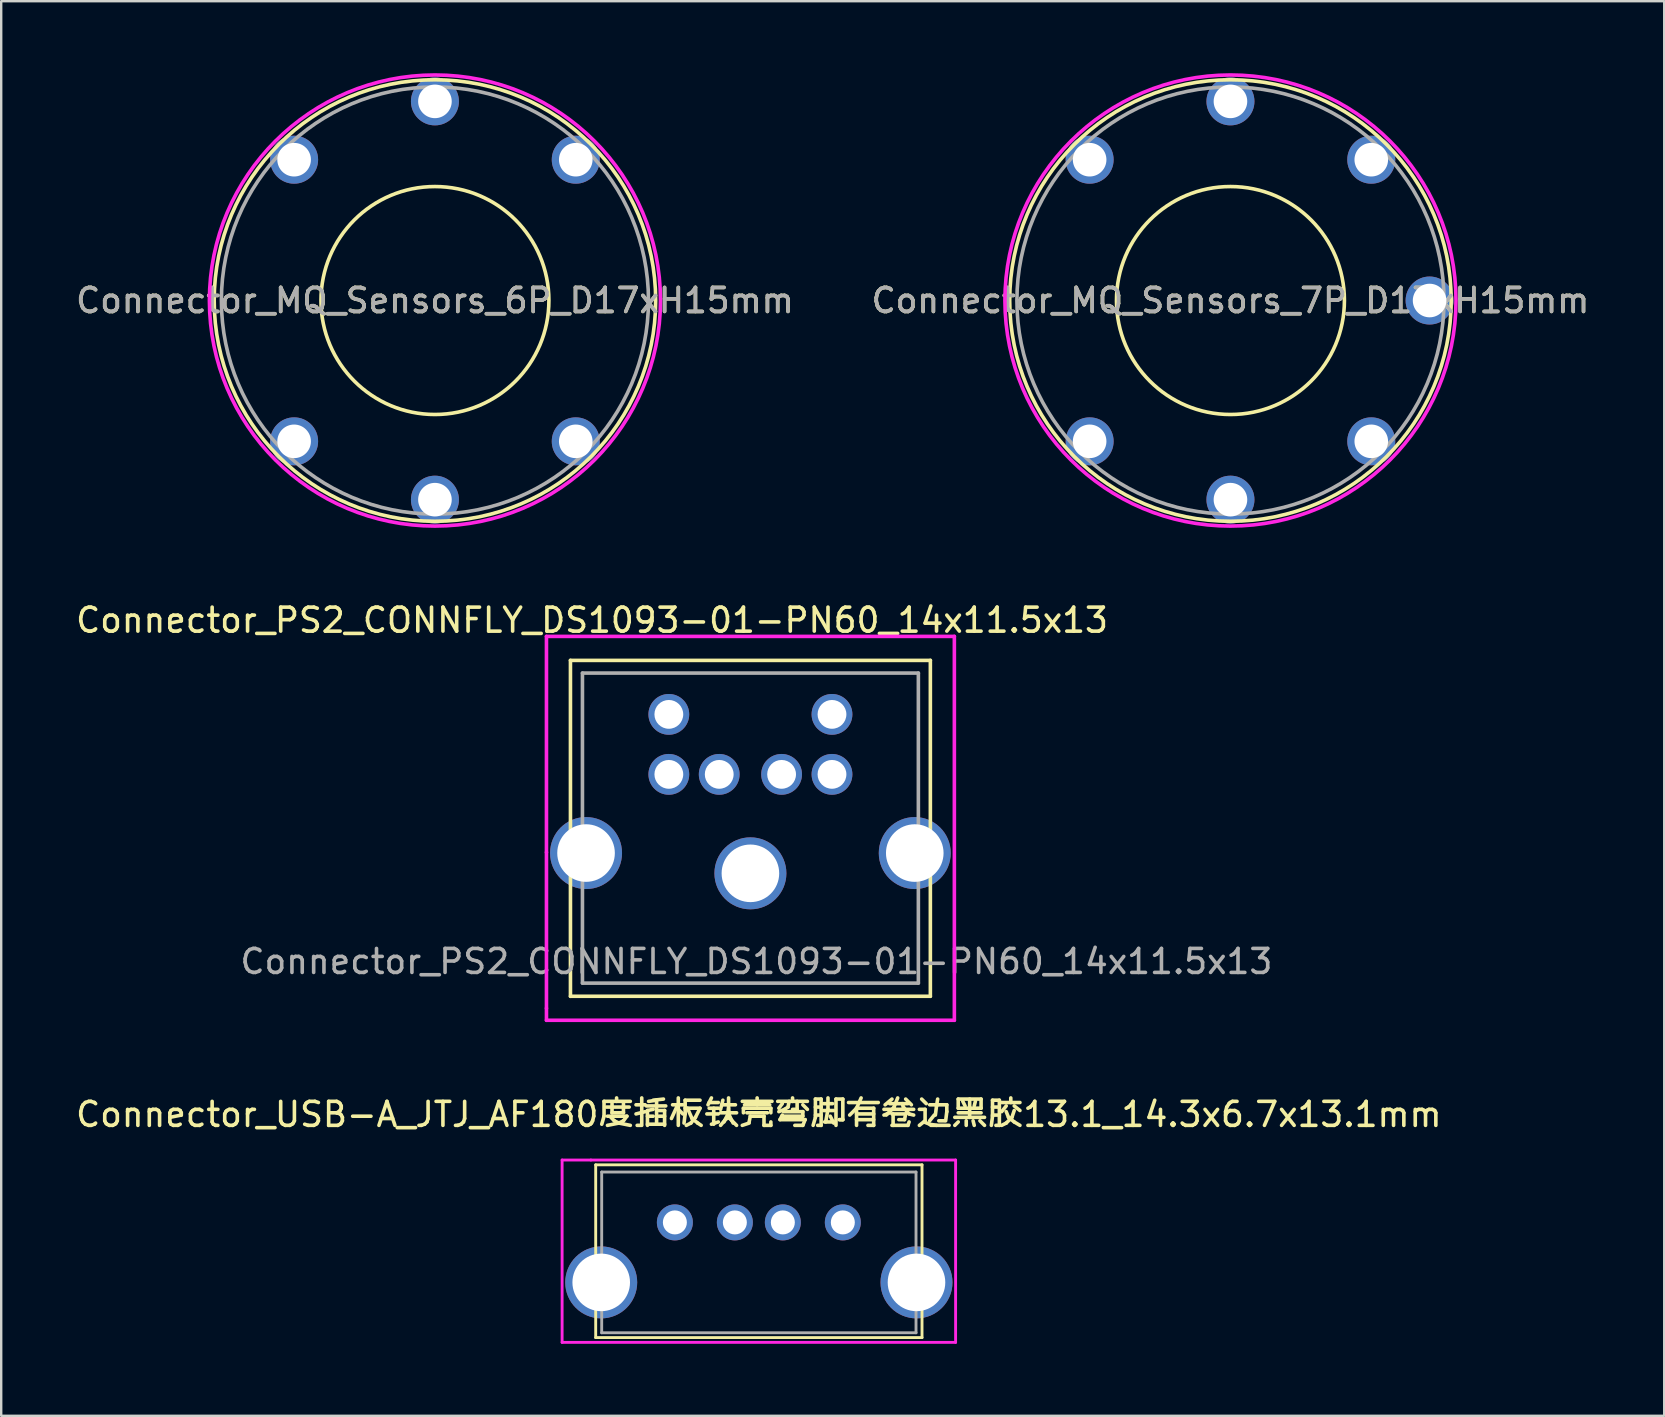
<source format=kicad_pcb>
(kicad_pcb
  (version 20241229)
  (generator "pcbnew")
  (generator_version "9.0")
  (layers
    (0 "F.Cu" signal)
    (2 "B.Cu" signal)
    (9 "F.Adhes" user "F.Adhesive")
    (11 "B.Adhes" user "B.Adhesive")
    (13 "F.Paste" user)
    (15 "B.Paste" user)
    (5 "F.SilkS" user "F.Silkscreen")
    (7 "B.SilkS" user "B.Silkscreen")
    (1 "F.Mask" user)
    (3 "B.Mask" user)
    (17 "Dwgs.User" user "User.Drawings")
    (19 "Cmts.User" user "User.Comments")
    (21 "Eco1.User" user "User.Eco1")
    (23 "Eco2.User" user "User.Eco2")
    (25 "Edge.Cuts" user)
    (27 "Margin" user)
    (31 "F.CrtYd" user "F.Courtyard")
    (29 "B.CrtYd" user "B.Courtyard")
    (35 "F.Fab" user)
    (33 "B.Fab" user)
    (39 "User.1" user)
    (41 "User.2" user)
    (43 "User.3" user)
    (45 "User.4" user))
  (footprint "Connector_MQ_Sensors_6P_D17xH15mm"
    (layer "F.Cu")
    (at 15.077 9.475)
    (property "Reference" "Connector_MQ_Sensors_6P_D17xH15mm" (at 0 0 0) (layer "F.SilkS") (effects (font (size 1 1) (thickness 0.15))))
    (attr through_hole)
    (fp_circle (center 0 0) (end 4.75 0) (stroke (width 0.15) (type solid)) (fill no) (layer "F.SilkS"))
    (fp_circle (center 0 0) (end 9.2 0) (stroke (width 0.15) (type solid)) (fill no) (layer "F.SilkS"))
    (fp_circle (center 0 0) (end 9.4 0) (stroke (width 0.15) (type solid)) (fill no) (layer "F.CrtYd"))
    (fp_circle (center 0 0) (end 8.9 0) (stroke (width 0.15) (type solid)) (fill no) (layer "F.Fab"))
    (fp_text user "${REFERENCE}" (at 0 0 0) (layer "F.Fab") (effects (font (size 1 1) (thickness 0.15))))
    (pad "1" thru_hole circle (at -5.869 -5.869 90) (size 2 2) (drill 1.4) (layers "*.Cu" "*.Mask"))
    (pad "2" thru_hole circle (at 0 -8.3 90) (size 2 2) (drill 1.4) (layers "*.Cu" "*.Mask"))
    (pad "3" thru_hole circle (at 5.869 -5.869 90) (size 2 2) (drill 1.4) (layers "*.Cu" "*.Mask"))
    (pad "4" thru_hole circle (at 5.869 5.869) (size 2 2) (drill 1.4) (layers "*.Cu" "*.Mask"))
    (pad "5" thru_hole circle (at 0 8.3) (size 2 2) (drill 1.4) (layers "*.Cu" "*.Mask"))
    (pad "6" thru_hole circle (at -5.869 5.869 90) (size 2 2) (drill 1.4) (layers "*.Cu" "*.Mask")))
  (footprint "Connector_MQ_Sensors_7P_D17xH15mm"
    (layer "F.Cu")
    (at 48.232 9.475)
    (property "Reference" "Connector_MQ_Sensors_7P_D17xH15mm" (at 0 0 0) (layer "F.SilkS") (effects (font (size 1 1) (thickness 0.15))))
    (attr through_hole)
    (fp_circle (center 0 0) (end 4.75 0) (stroke (width 0.15) (type solid)) (fill no) (layer "F.SilkS"))
    (fp_circle (center 0 0) (end 9.2 0) (stroke (width 0.15) (type solid)) (fill no) (layer "F.SilkS"))
    (fp_circle (center 0 0) (end 9.4 0) (stroke (width 0.15) (type solid)) (fill no) (layer "F.CrtYd"))
    (fp_circle (center 0 0) (end 8.9 0) (stroke (width 0.15) (type solid)) (fill no) (layer "F.Fab"))
    (fp_text user "${REFERENCE}" (at 0 0 0) (layer "F.Fab") (effects (font (size 1 1) (thickness 0.15))))
    (pad "1" thru_hole circle (at -5.869 -5.869 90) (size 2 2) (drill 1.4) (layers "*.Cu" "*.Mask"))
    (pad "2" thru_hole circle (at 0 -8.3 90) (size 2 2) (drill 1.4) (layers "*.Cu" "*.Mask"))
    (pad "3" thru_hole circle (at 5.869 -5.869 90) (size 2 2) (drill 1.4) (layers "*.Cu" "*.Mask"))
    (pad "4" thru_hole circle (at 8.3 0 90) (size 2 2) (drill 1.4) (layers "*.Cu" "*.Mask"))
    (pad "5" thru_hole circle (at 5.869 5.869) (size 2 2) (drill 1.4) (layers "*.Cu" "*.Mask"))
    (pad "6" thru_hole circle (at 0 8.3) (size 2 2) (drill 1.4) (layers "*.Cu" "*.Mask"))
    (pad "7" thru_hole circle (at -5.869 5.869 90) (size 2 2) (drill 1.4) (layers "*.Cu" "*.Mask")))
  (footprint "Connector_USB-A_JTJ_AF180度插板铁壳弯脚有卷边黑胶13.1_14.3x6.7x13.1mm"
    (layer "F.Cu")
    (at 28.577 47.897)
    (property "Reference" "Connector_USB-A_JTJ_AF180度插板铁壳弯脚有卷边黑胶13.1_14.3x6.7x13.1mm" (at 0 -4.5 0) (layer "F.SilkS") (effects (font (size 1 1) (thickness 0.15))))
    (attr through_hole)
    (fp_line (start -6.8 -2.4) (end -6.8 4.8) (stroke (width 0.12) (type solid)) (layer "F.SilkS"))
    (fp_line (start -6.8 4.8) (end 6.8 4.8) (stroke (width 0.12) (type solid)) (layer "F.SilkS"))
    (fp_line (start 6.8 -2.4) (end -6.8 -2.4) (stroke (width 0.12) (type solid)) (layer "F.SilkS"))
    (fp_line (start 6.8 4.8) (end 6.8 -2.4) (stroke (width 0.12) (type solid)) (layer "F.SilkS"))
    (fp_line (start -8.2 -2.6) (end -8.2 5) (stroke (width 0.12) (type solid)) (layer "F.CrtYd"))
    (fp_line (start -8.2 5) (end 8.2 5) (stroke (width 0.12) (type solid)) (layer "F.CrtYd"))
    (fp_line (start -7 -2.6) (end -8.2 -2.6) (stroke (width 0.12) (type solid)) (layer "F.CrtYd"))
    (fp_line (start 8.2 -2.6) (end -7 -2.6) (stroke (width 0.12) (type solid)) (layer "F.CrtYd"))
    (fp_line (start 8.2 5) (end 8.2 -2.6) (stroke (width 0.12) (type solid)) (layer "F.CrtYd"))
    (fp_line (start -6.55 -2.1) (end -6.55 4.6) (stroke (width 0.12) (type solid)) (layer "F.Fab"))
    (fp_line (start -6.55 -2.1) (end 6.55 -2.1) (stroke (width 0.12) (type solid)) (layer "F.Fab"))
    (fp_line (start -6.55 4.6) (end 6.55 4.6) (stroke (width 0.12) (type solid)) (layer "F.Fab"))
    (fp_line (start 6.55 4.6) (end 6.55 -2.1) (stroke (width 0.12) (type solid)) (layer "F.Fab"))
    (pad "1" thru_hole circle (at -3.5 0) (size 1.5 1.5) (drill 1) (layers "*.Cu" "*.Mask"))
    (pad "2" thru_hole circle (at -1 0) (size 1.5 1.5) (drill 1) (layers "*.Cu" "*.Mask"))
    (pad "3" thru_hole circle (at 1 0) (size 1.5 1.5) (drill 1) (layers "*.Cu" "*.Mask"))
    (pad "4" thru_hole circle (at 3.5 0) (size 1.5 1.5) (drill 1) (layers "*.Cu" "*.Mask"))
    (pad "5" thru_hole circle (at -6.57 2.5) (size 3 3) (drill 2.4) (layers "*.Cu" "*.Mask"))
    (pad "5" thru_hole circle (at 6.57 2.5) (size 3 3) (drill 2.4) (layers "*.Cu" "*.Mask")))
  (footprint "Connector_PS2_CONNFLY_DS1093-01-PN60_14x11.5x13"
    (layer "F.Cu")
    (at 28.225 29.223)
    (property "Reference" "Connector_PS2_CONNFLY_DS1093-01-PN60_14x11.5x13" (at -6.6 -6.425 0) (layer "F.SilkS") (effects (font (size 1 1) (thickness 0.15))))
    (attr through_hole)
    (fp_line (start -7.5 -4.75) (end -7.5 9.25) (stroke (width 0.15) (type solid)) (layer "F.SilkS"))
    (fp_line (start -7.5 9.25) (end 7.5 9.25) (stroke (width 0.15) (type solid)) (layer "F.SilkS"))
    (fp_line (start 7.5 -4.75) (end -7.5 -4.75) (stroke (width 0.15) (type solid)) (layer "F.SilkS"))
    (fp_line (start 7.5 9.25) (end 7.5 -4.75) (stroke (width 0.15) (type solid)) (layer "F.SilkS"))
    (fp_line (start -8.5 -5.75) (end -8.5 3.25) (stroke (width 0.15) (type solid)) (layer "F.CrtYd"))
    (fp_line (start -8.5 3.25) (end -8.5 9.75) (stroke (width 0.15) (type solid)) (layer "F.CrtYd"))
    (fp_line (start -8.5 9.75) (end -8.5 10.25) (stroke (width 0.15) (type solid)) (layer "F.CrtYd"))
    (fp_line (start -8.5 10.25) (end 8.5 10.25) (stroke (width 0.15) (type solid)) (layer "F.CrtYd"))
    (fp_line (start 8.5 -5.75) (end -8.5 -5.75) (stroke (width 0.15) (type solid)) (layer "F.CrtYd"))
    (fp_line (start 8.5 10.25) (end 8.5 -5.75) (stroke (width 0.15) (type solid)) (layer "F.CrtYd"))
    (fp_line (start -7 -4.22) (end -7 8.7) (stroke (width 0.15) (type solid)) (layer "F.Fab"))
    (fp_line (start -7 8.7) (end 7 8.7) (stroke (width 0.15) (type solid)) (layer "F.Fab"))
    (fp_line (start 7 -4.22) (end -7 -4.22) (stroke (width 0.15) (type solid)) (layer "F.Fab"))
    (fp_line (start 7 8.7) (end 7 -4.22) (stroke (width 0.15) (type solid)) (layer "F.Fab"))
    (fp_text user "${REFERENCE}" (at 0.25 7.8 0) (layer "F.Fab") (effects (font (size 1 1) (thickness 0.15))))
    (pad "1" thru_hole circle (at 1.3 0) (size 1.7 1.7) (drill 1.2) (layers "*.Cu" "*.Mask"))
    (pad "2" thru_hole circle (at -1.3 0) (size 1.7 1.7) (drill 1.2) (layers "*.Cu" "*.Mask"))
    (pad "3" thru_hole circle (at 3.4 0) (size 1.7 1.7) (drill 1.2) (layers "*.Cu" "*.Mask"))
    (pad "4" thru_hole circle (at -3.4 0) (size 1.7 1.7) (drill 1.2) (layers "*.Cu" "*.Mask"))
    (pad "5" thru_hole circle (at 3.4 -2.5) (size 1.7 1.7) (drill 1.2) (layers "*.Cu" "*.Mask"))
    (pad "6" thru_hole circle (at -3.4 -2.5) (size 1.7 1.7) (drill 1.2) (layers "*.Cu" "*.Mask"))
    (pad "SH" thru_hole circle (at -6.85 3.28) (size 3 3) (drill 2.4) (layers "*.Cu" "*.Mask"))
    (pad "SH" thru_hole circle (at 0 4.125) (size 3 3) (drill 2.4) (layers "*.Cu" "*.Mask"))
    (pad "SH" thru_hole circle (at 6.85 3.28) (size 3 3) (drill 2.4) (layers "*.Cu" "*.Mask")))
  (gr_rect
    (start -3 -3)
    (end 66.31 55.956)
    (stroke (width 0.1) (type default))
    (fill no)
    (layer "Edge.Cuts")))
</source>
